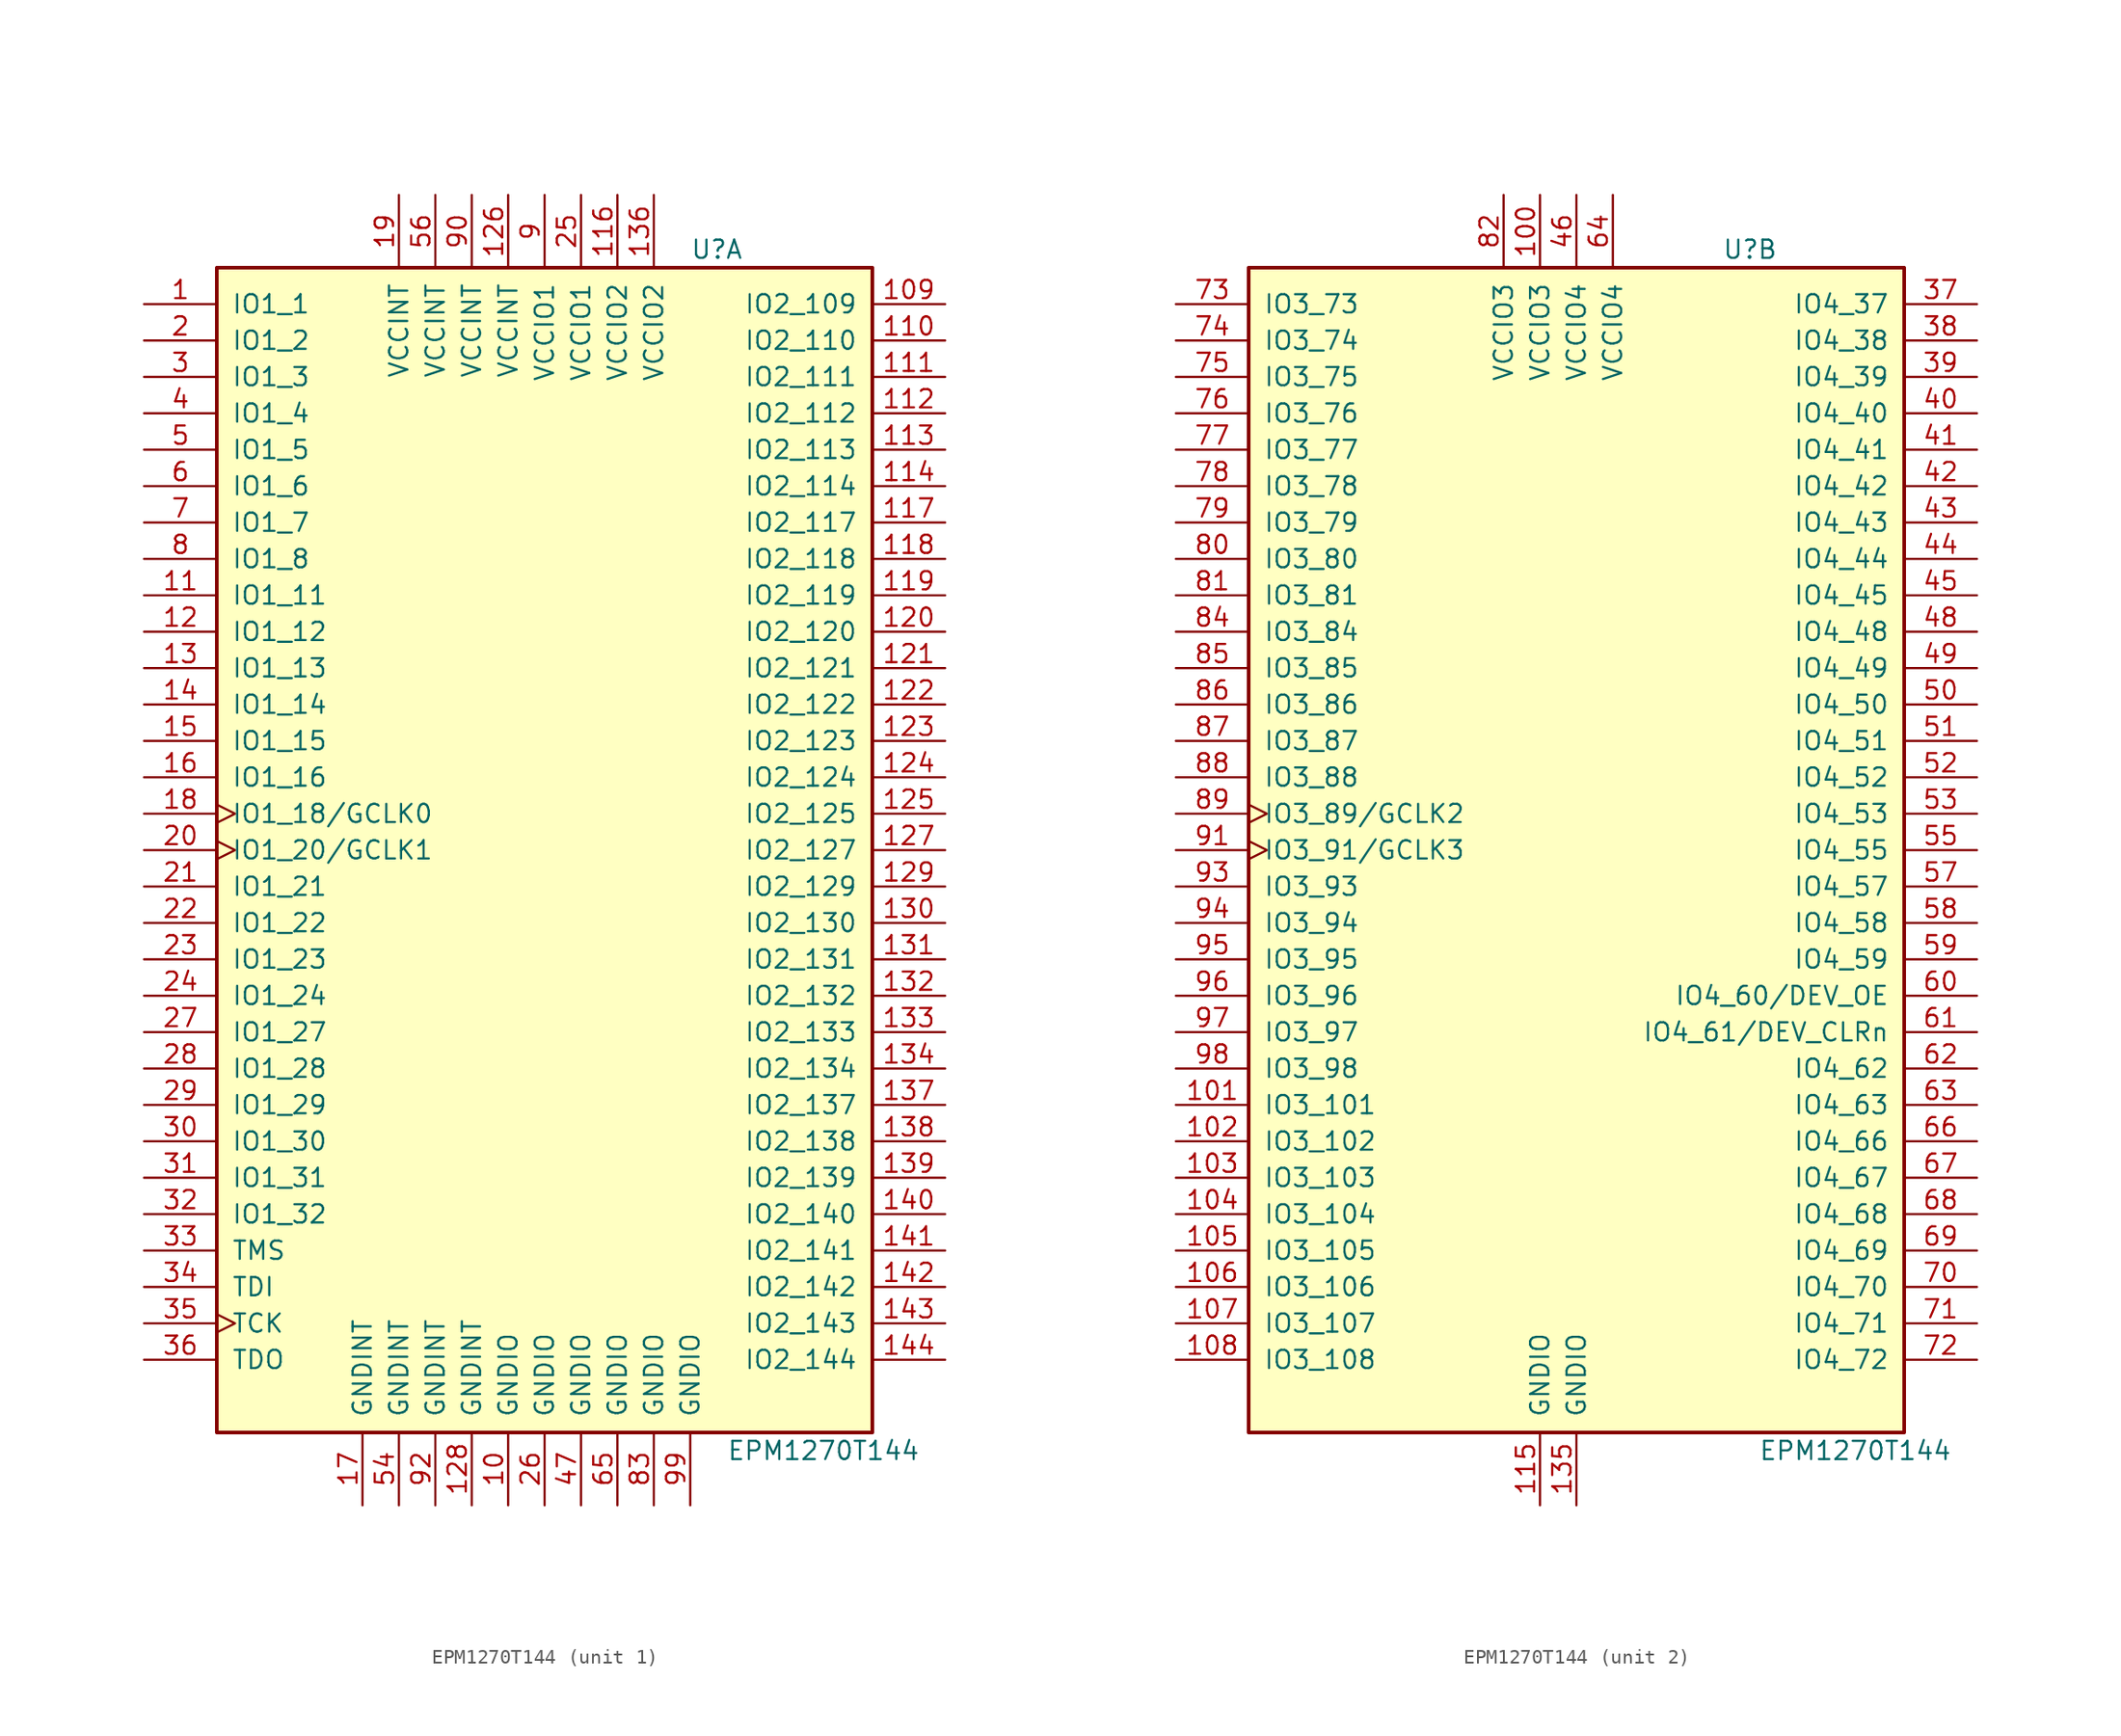
<source format=kicad_sym>
(kicad_symbol_lib
  (version 20231120)
  (generator "kicad_symbol_editor")
  (generator_version "8.0")
  (symbol "EPM1270T144"
    (pin_names
      (offset 1.016))
    (property "Reference" "U"
      (at 10.16 41.91 0)
      (effects (font (size 1.27 1.27)) (justify left)))
    (property "Value" "EPM1270T144"
      (at 12.7 -41.91 0)
      (effects (font (size 1.27 1.27)) (justify left)))
    (property "ki_locked" ""
      (at 0 0 0)
      (effects (font (size 1.27 1.27))))
    (symbol "EPM1270T144_1_1"
      (rectangle (start -22.86 40.64) (end 22.86 -40.64) (stroke (width 0.254) (type default)) (fill (type background)))
      (pin bidirectional line (at -27.94 38.1 0) (length 5.08) (name "IO1_1" (effects (font (size 1.27 1.27)))) (number "1" (effects (font (size 1.27 1.27)))))
      (pin power_in line (at -2.54 -45.72 90) (length 5.08) (name "GNDIO" (effects (font (size 1.27 1.27)))) (number "10" (effects (font (size 1.27 1.27)))))
      (pin bidirectional line (at 27.94 38.1 180) (length 5.08) (name "IO2_109" (effects (font (size 1.27 1.27)))) (number "109" (effects (font (size 1.27 1.27)))))
      (pin bidirectional line (at -27.94 17.78 0) (length 5.08) (name "IO1_11" (effects (font (size 1.27 1.27)))) (number "11" (effects (font (size 1.27 1.27)))))
      (pin bidirectional line (at 27.94 35.56 180) (length 5.08) (name "IO2_110" (effects (font (size 1.27 1.27)))) (number "110" (effects (font (size 1.27 1.27)))))
      (pin bidirectional line (at 27.94 33.02 180) (length 5.08) (name "IO2_111" (effects (font (size 1.27 1.27)))) (number "111" (effects (font (size 1.27 1.27)))))
      (pin bidirectional line (at 27.94 30.48 180) (length 5.08) (name "IO2_112" (effects (font (size 1.27 1.27)))) (number "112" (effects (font (size 1.27 1.27)))))
      (pin bidirectional line (at 27.94 27.94 180) (length 5.08) (name "IO2_113" (effects (font (size 1.27 1.27)))) (number "113" (effects (font (size 1.27 1.27)))))
      (pin bidirectional line (at 27.94 25.4 180) (length 5.08) (name "IO2_114" (effects (font (size 1.27 1.27)))) (number "114" (effects (font (size 1.27 1.27)))))
      (pin power_in line (at 5.08 45.72 270) (length 5.08) (name "VCCIO2" (effects (font (size 1.27 1.27)))) (number "116" (effects (font (size 1.27 1.27)))))
      (pin bidirectional line (at 27.94 22.86 180) (length 5.08) (name "IO2_117" (effects (font (size 1.27 1.27)))) (number "117" (effects (font (size 1.27 1.27)))))
      (pin bidirectional line (at 27.94 20.32 180) (length 5.08) (name "IO2_118" (effects (font (size 1.27 1.27)))) (number "118" (effects (font (size 1.27 1.27)))))
      (pin bidirectional line (at 27.94 17.78 180) (length 5.08) (name "IO2_119" (effects (font (size 1.27 1.27)))) (number "119" (effects (font (size 1.27 1.27)))))
      (pin bidirectional line (at -27.94 15.24 0) (length 5.08) (name "IO1_12" (effects (font (size 1.27 1.27)))) (number "12" (effects (font (size 1.27 1.27)))))
      (pin bidirectional line (at 27.94 15.24 180) (length 5.08) (name "IO2_120" (effects (font (size 1.27 1.27)))) (number "120" (effects (font (size 1.27 1.27)))))
      (pin bidirectional line (at 27.94 12.7 180) (length 5.08) (name "IO2_121" (effects (font (size 1.27 1.27)))) (number "121" (effects (font (size 1.27 1.27)))))
      (pin bidirectional line (at 27.94 10.16 180) (length 5.08) (name "IO2_122" (effects (font (size 1.27 1.27)))) (number "122" (effects (font (size 1.27 1.27)))))
      (pin bidirectional line (at 27.94 7.62 180) (length 5.08) (name "IO2_123" (effects (font (size 1.27 1.27)))) (number "123" (effects (font (size 1.27 1.27)))))
      (pin bidirectional line (at 27.94 5.08 180) (length 5.08) (name "IO2_124" (effects (font (size 1.27 1.27)))) (number "124" (effects (font (size 1.27 1.27)))))
      (pin bidirectional line (at 27.94 2.54 180) (length 5.08) (name "IO2_125" (effects (font (size 1.27 1.27)))) (number "125" (effects (font (size 1.27 1.27)))))
      (pin power_in line (at -2.54 45.72 270) (length 5.08) (name "VCCINT" (effects (font (size 1.27 1.27)))) (number "126" (effects (font (size 1.27 1.27)))))
      (pin bidirectional line (at 27.94 0 180) (length 5.08) (name "IO2_127" (effects (font (size 1.27 1.27)))) (number "127" (effects (font (size 1.27 1.27)))))
      (pin power_in line (at -5.08 -45.72 90) (length 5.08) (name "GNDINT" (effects (font (size 1.27 1.27)))) (number "128" (effects (font (size 1.27 1.27)))))
      (pin bidirectional line (at 27.94 -2.54 180) (length 5.08) (name "IO2_129" (effects (font (size 1.27 1.27)))) (number "129" (effects (font (size 1.27 1.27)))))
      (pin bidirectional line (at -27.94 12.7 0) (length 5.08) (name "IO1_13" (effects (font (size 1.27 1.27)))) (number "13" (effects (font (size 1.27 1.27)))))
      (pin bidirectional line (at 27.94 -5.08 180) (length 5.08) (name "IO2_130" (effects (font (size 1.27 1.27)))) (number "130" (effects (font (size 1.27 1.27)))))
      (pin bidirectional line (at 27.94 -7.62 180) (length 5.08) (name "IO2_131" (effects (font (size 1.27 1.27)))) (number "131" (effects (font (size 1.27 1.27)))))
      (pin bidirectional line (at 27.94 -10.16 180) (length 5.08) (name "IO2_132" (effects (font (size 1.27 1.27)))) (number "132" (effects (font (size 1.27 1.27)))))
      (pin bidirectional line (at 27.94 -12.7 180) (length 5.08) (name "IO2_133" (effects (font (size 1.27 1.27)))) (number "133" (effects (font (size 1.27 1.27)))))
      (pin bidirectional line (at 27.94 -15.24 180) (length 5.08) (name "IO2_134" (effects (font (size 1.27 1.27)))) (number "134" (effects (font (size 1.27 1.27)))))
      (pin power_in line (at 7.62 45.72 270) (length 5.08) (name "VCCIO2" (effects (font (size 1.27 1.27)))) (number "136" (effects (font (size 1.27 1.27)))))
      (pin bidirectional line (at 27.94 -17.78 180) (length 5.08) (name "IO2_137" (effects (font (size 1.27 1.27)))) (number "137" (effects (font (size 1.27 1.27)))))
      (pin bidirectional line (at 27.94 -20.32 180) (length 5.08) (name "IO2_138" (effects (font (size 1.27 1.27)))) (number "138" (effects (font (size 1.27 1.27)))))
      (pin bidirectional line (at 27.94 -22.86 180) (length 5.08) (name "IO2_139" (effects (font (size 1.27 1.27)))) (number "139" (effects (font (size 1.27 1.27)))))
      (pin bidirectional line (at -27.94 10.16 0) (length 5.08) (name "IO1_14" (effects (font (size 1.27 1.27)))) (number "14" (effects (font (size 1.27 1.27)))))
      (pin bidirectional line (at 27.94 -25.4 180) (length 5.08) (name "IO2_140" (effects (font (size 1.27 1.27)))) (number "140" (effects (font (size 1.27 1.27)))))
      (pin bidirectional line (at 27.94 -27.94 180) (length 5.08) (name "IO2_141" (effects (font (size 1.27 1.27)))) (number "141" (effects (font (size 1.27 1.27)))))
      (pin bidirectional line (at 27.94 -30.48 180) (length 5.08) (name "IO2_142" (effects (font (size 1.27 1.27)))) (number "142" (effects (font (size 1.27 1.27)))))
      (pin bidirectional line (at 27.94 -33.02 180) (length 5.08) (name "IO2_143" (effects (font (size 1.27 1.27)))) (number "143" (effects (font (size 1.27 1.27)))))
      (pin bidirectional line (at 27.94 -35.56 180) (length 5.08) (name "IO2_144" (effects (font (size 1.27 1.27)))) (number "144" (effects (font (size 1.27 1.27)))))
      (pin bidirectional line (at -27.94 7.62 0) (length 5.08) (name "IO1_15" (effects (font (size 1.27 1.27)))) (number "15" (effects (font (size 1.27 1.27)))))
      (pin bidirectional line (at -27.94 5.08 0) (length 5.08) (name "IO1_16" (effects (font (size 1.27 1.27)))) (number "16" (effects (font (size 1.27 1.27)))))
      (pin power_in line (at -12.7 -45.72 90) (length 5.08) (name "GNDINT" (effects (font (size 1.27 1.27)))) (number "17" (effects (font (size 1.27 1.27)))))
      (pin bidirectional clock (at -27.94 2.54 0) (length 5.08) (name "IO1_18/GCLK0" (effects (font (size 1.27 1.27)))) (number "18" (effects (font (size 1.27 1.27)))))
      (pin power_in line (at -10.16 45.72 270) (length 5.08) (name "VCCINT" (effects (font (size 1.27 1.27)))) (number "19" (effects (font (size 1.27 1.27)))))
      (pin bidirectional line (at -27.94 35.56 0) (length 5.08) (name "IO1_2" (effects (font (size 1.27 1.27)))) (number "2" (effects (font (size 1.27 1.27)))))
      (pin bidirectional clock (at -27.94 0 0) (length 5.08) (name "IO1_20/GCLK1" (effects (font (size 1.27 1.27)))) (number "20" (effects (font (size 1.27 1.27)))))
      (pin bidirectional line (at -27.94 -2.54 0) (length 5.08) (name "IO1_21" (effects (font (size 1.27 1.27)))) (number "21" (effects (font (size 1.27 1.27)))))
      (pin bidirectional line (at -27.94 -5.08 0) (length 5.08) (name "IO1_22" (effects (font (size 1.27 1.27)))) (number "22" (effects (font (size 1.27 1.27)))))
      (pin bidirectional line (at -27.94 -7.62 0) (length 5.08) (name "IO1_23" (effects (font (size 1.27 1.27)))) (number "23" (effects (font (size 1.27 1.27)))))
      (pin bidirectional line (at -27.94 -10.16 0) (length 5.08) (name "IO1_24" (effects (font (size 1.27 1.27)))) (number "24" (effects (font (size 1.27 1.27)))))
      (pin power_in line (at 2.54 45.72 270) (length 5.08) (name "VCCIO1" (effects (font (size 1.27 1.27)))) (number "25" (effects (font (size 1.27 1.27)))))
      (pin power_in line (at 0 -45.72 90) (length 5.08) (name "GNDIO" (effects (font (size 1.27 1.27)))) (number "26" (effects (font (size 1.27 1.27)))))
      (pin bidirectional line (at -27.94 -12.7 0) (length 5.08) (name "IO1_27" (effects (font (size 1.27 1.27)))) (number "27" (effects (font (size 1.27 1.27)))))
      (pin bidirectional line (at -27.94 -15.24 0) (length 5.08) (name "IO1_28" (effects (font (size 1.27 1.27)))) (number "28" (effects (font (size 1.27 1.27)))))
      (pin bidirectional line (at -27.94 -17.78 0) (length 5.08) (name "IO1_29" (effects (font (size 1.27 1.27)))) (number "29" (effects (font (size 1.27 1.27)))))
      (pin bidirectional line (at -27.94 33.02 0) (length 5.08) (name "IO1_3" (effects (font (size 1.27 1.27)))) (number "3" (effects (font (size 1.27 1.27)))))
      (pin bidirectional line (at -27.94 -20.32 0) (length 5.08) (name "IO1_30" (effects (font (size 1.27 1.27)))) (number "30" (effects (font (size 1.27 1.27)))))
      (pin bidirectional line (at -27.94 -22.86 0) (length 5.08) (name "IO1_31" (effects (font (size 1.27 1.27)))) (number "31" (effects (font (size 1.27 1.27)))))
      (pin bidirectional line (at -27.94 -25.4 0) (length 5.08) (name "IO1_32" (effects (font (size 1.27 1.27)))) (number "32" (effects (font (size 1.27 1.27)))))
      (pin input line (at -27.94 -27.94 0) (length 5.08) (name "TMS" (effects (font (size 1.27 1.27)))) (number "33" (effects (font (size 1.27 1.27)))))
      (pin input line (at -27.94 -30.48 0) (length 5.08) (name "TDI" (effects (font (size 1.27 1.27)))) (number "34" (effects (font (size 1.27 1.27)))))
      (pin input clock (at -27.94 -33.02 0) (length 5.08) (name "TCK" (effects (font (size 1.27 1.27)))) (number "35" (effects (font (size 1.27 1.27)))))
      (pin output line (at -27.94 -35.56 0) (length 5.08) (name "TDO" (effects (font (size 1.27 1.27)))) (number "36" (effects (font (size 1.27 1.27)))))
      (pin bidirectional line (at -27.94 30.48 0) (length 5.08) (name "IO1_4" (effects (font (size 1.27 1.27)))) (number "4" (effects (font (size 1.27 1.27)))))
      (pin power_in line (at 2.54 -45.72 90) (length 5.08) (name "GNDIO" (effects (font (size 1.27 1.27)))) (number "47" (effects (font (size 1.27 1.27)))))
      (pin bidirectional line (at -27.94 27.94 0) (length 5.08) (name "IO1_5" (effects (font (size 1.27 1.27)))) (number "5" (effects (font (size 1.27 1.27)))))
      (pin power_in line (at -10.16 -45.72 90) (length 5.08) (name "GNDINT" (effects (font (size 1.27 1.27)))) (number "54" (effects (font (size 1.27 1.27)))))
      (pin power_in line (at -7.62 45.72 270) (length 5.08) (name "VCCINT" (effects (font (size 1.27 1.27)))) (number "56" (effects (font (size 1.27 1.27)))))
      (pin bidirectional line (at -27.94 25.4 0) (length 5.08) (name "IO1_6" (effects (font (size 1.27 1.27)))) (number "6" (effects (font (size 1.27 1.27)))))
      (pin power_in line (at 5.08 -45.72 90) (length 5.08) (name "GNDIO" (effects (font (size 1.27 1.27)))) (number "65" (effects (font (size 1.27 1.27)))))
      (pin bidirectional line (at -27.94 22.86 0) (length 5.08) (name "IO1_7" (effects (font (size 1.27 1.27)))) (number "7" (effects (font (size 1.27 1.27)))))
      (pin bidirectional line (at -27.94 20.32 0) (length 5.08) (name "IO1_8" (effects (font (size 1.27 1.27)))) (number "8" (effects (font (size 1.27 1.27)))))
      (pin power_in line (at 7.62 -45.72 90) (length 5.08) (name "GNDIO" (effects (font (size 1.27 1.27)))) (number "83" (effects (font (size 1.27 1.27)))))
      (pin power_in line (at 0 45.72 270) (length 5.08) (name "VCCIO1" (effects (font (size 1.27 1.27)))) (number "9" (effects (font (size 1.27 1.27)))))
      (pin power_in line (at -5.08 45.72 270) (length 5.08) (name "VCCINT" (effects (font (size 1.27 1.27)))) (number "90" (effects (font (size 1.27 1.27)))))
      (pin power_in line (at -7.62 -45.72 90) (length 5.08) (name "GNDINT" (effects (font (size 1.27 1.27)))) (number "92" (effects (font (size 1.27 1.27)))))
      (pin power_in line (at 10.16 -45.72 90) (length 5.08) (name "GNDIO" (effects (font (size 1.27 1.27)))) (number "99" (effects (font (size 1.27 1.27))))))
    (symbol "EPM1270T144_2_1"
      (rectangle (start -22.86 40.64) (end 22.86 -40.64) (stroke (width 0.254) (type default)) (fill (type background)))
      (pin power_in line (at -2.54 45.72 270) (length 5.08) (name "VCCIO3" (effects (font (size 1.27 1.27)))) (number "100" (effects (font (size 1.27 1.27)))))
      (pin bidirectional line (at -27.94 -17.78 0) (length 5.08) (name "IO3_101" (effects (font (size 1.27 1.27)))) (number "101" (effects (font (size 1.27 1.27)))))
      (pin bidirectional line (at -27.94 -20.32 0) (length 5.08) (name "IO3_102" (effects (font (size 1.27 1.27)))) (number "102" (effects (font (size 1.27 1.27)))))
      (pin bidirectional line (at -27.94 -22.86 0) (length 5.08) (name "IO3_103" (effects (font (size 1.27 1.27)))) (number "103" (effects (font (size 1.27 1.27)))))
      (pin bidirectional line (at -27.94 -25.4 0) (length 5.08) (name "IO3_104" (effects (font (size 1.27 1.27)))) (number "104" (effects (font (size 1.27 1.27)))))
      (pin bidirectional line (at -27.94 -27.94 0) (length 5.08) (name "IO3_105" (effects (font (size 1.27 1.27)))) (number "105" (effects (font (size 1.27 1.27)))))
      (pin bidirectional line (at -27.94 -30.48 0) (length 5.08) (name "IO3_106" (effects (font (size 1.27 1.27)))) (number "106" (effects (font (size 1.27 1.27)))))
      (pin bidirectional line (at -27.94 -33.02 0) (length 5.08) (name "IO3_107" (effects (font (size 1.27 1.27)))) (number "107" (effects (font (size 1.27 1.27)))))
      (pin bidirectional line (at -27.94 -35.56 0) (length 5.08) (name "IO3_108" (effects (font (size 1.27 1.27)))) (number "108" (effects (font (size 1.27 1.27)))))
      (pin power_in line (at -2.54 -45.72 90) (length 5.08) (name "GNDIO" (effects (font (size 1.27 1.27)))) (number "115" (effects (font (size 1.27 1.27)))))
      (pin power_in line (at 0 -45.72 90) (length 5.08) (name "GNDIO" (effects (font (size 1.27 1.27)))) (number "135" (effects (font (size 1.27 1.27)))))
      (pin bidirectional line (at 27.94 38.1 180) (length 5.08) (name "IO4_37" (effects (font (size 1.27 1.27)))) (number "37" (effects (font (size 1.27 1.27)))))
      (pin bidirectional line (at 27.94 35.56 180) (length 5.08) (name "IO4_38" (effects (font (size 1.27 1.27)))) (number "38" (effects (font (size 1.27 1.27)))))
      (pin bidirectional line (at 27.94 33.02 180) (length 5.08) (name "IO4_39" (effects (font (size 1.27 1.27)))) (number "39" (effects (font (size 1.27 1.27)))))
      (pin bidirectional line (at 27.94 30.48 180) (length 5.08) (name "IO4_40" (effects (font (size 1.27 1.27)))) (number "40" (effects (font (size 1.27 1.27)))))
      (pin bidirectional line (at 27.94 27.94 180) (length 5.08) (name "IO4_41" (effects (font (size 1.27 1.27)))) (number "41" (effects (font (size 1.27 1.27)))))
      (pin bidirectional line (at 27.94 25.4 180) (length 5.08) (name "IO4_42" (effects (font (size 1.27 1.27)))) (number "42" (effects (font (size 1.27 1.27)))))
      (pin bidirectional line (at 27.94 22.86 180) (length 5.08) (name "IO4_43" (effects (font (size 1.27 1.27)))) (number "43" (effects (font (size 1.27 1.27)))))
      (pin bidirectional line (at 27.94 20.32 180) (length 5.08) (name "IO4_44" (effects (font (size 1.27 1.27)))) (number "44" (effects (font (size 1.27 1.27)))))
      (pin bidirectional line (at 27.94 17.78 180) (length 5.08) (name "IO4_45" (effects (font (size 1.27 1.27)))) (number "45" (effects (font (size 1.27 1.27)))))
      (pin power_in line (at 0 45.72 270) (length 5.08) (name "VCCIO4" (effects (font (size 1.27 1.27)))) (number "46" (effects (font (size 1.27 1.27)))))
      (pin bidirectional line (at 27.94 15.24 180) (length 5.08) (name "IO4_48" (effects (font (size 1.27 1.27)))) (number "48" (effects (font (size 1.27 1.27)))))
      (pin bidirectional line (at 27.94 12.7 180) (length 5.08) (name "IO4_49" (effects (font (size 1.27 1.27)))) (number "49" (effects (font (size 1.27 1.27)))))
      (pin bidirectional line (at 27.94 10.16 180) (length 5.08) (name "IO4_50" (effects (font (size 1.27 1.27)))) (number "50" (effects (font (size 1.27 1.27)))))
      (pin bidirectional line (at 27.94 7.62 180) (length 5.08) (name "IO4_51" (effects (font (size 1.27 1.27)))) (number "51" (effects (font (size 1.27 1.27)))))
      (pin bidirectional line (at 27.94 5.08 180) (length 5.08) (name "IO4_52" (effects (font (size 1.27 1.27)))) (number "52" (effects (font (size 1.27 1.27)))))
      (pin bidirectional line (at 27.94 2.54 180) (length 5.08) (name "IO4_53" (effects (font (size 1.27 1.27)))) (number "53" (effects (font (size 1.27 1.27)))))
      (pin bidirectional line (at 27.94 0 180) (length 5.08) (name "IO4_55" (effects (font (size 1.27 1.27)))) (number "55" (effects (font (size 1.27 1.27)))))
      (pin bidirectional line (at 27.94 -2.54 180) (length 5.08) (name "IO4_57" (effects (font (size 1.27 1.27)))) (number "57" (effects (font (size 1.27 1.27)))))
      (pin bidirectional line (at 27.94 -5.08 180) (length 5.08) (name "IO4_58" (effects (font (size 1.27 1.27)))) (number "58" (effects (font (size 1.27 1.27)))))
      (pin bidirectional line (at 27.94 -7.62 180) (length 5.08) (name "IO4_59" (effects (font (size 1.27 1.27)))) (number "59" (effects (font (size 1.27 1.27)))))
      (pin bidirectional line (at 27.94 -10.16 180) (length 5.08) (name "IO4_60/DEV_OE" (effects (font (size 1.27 1.27)))) (number "60" (effects (font (size 1.27 1.27)))))
      (pin bidirectional line (at 27.94 -12.7 180) (length 5.08) (name "IO4_61/DEV_CLRn" (effects (font (size 1.27 1.27)))) (number "61" (effects (font (size 1.27 1.27)))))
      (pin bidirectional line (at 27.94 -15.24 180) (length 5.08) (name "IO4_62" (effects (font (size 1.27 1.27)))) (number "62" (effects (font (size 1.27 1.27)))))
      (pin bidirectional line (at 27.94 -17.78 180) (length 5.08) (name "IO4_63" (effects (font (size 1.27 1.27)))) (number "63" (effects (font (size 1.27 1.27)))))
      (pin power_in line (at 2.54 45.72 270) (length 5.08) (name "VCCIO4" (effects (font (size 1.27 1.27)))) (number "64" (effects (font (size 1.27 1.27)))))
      (pin bidirectional line (at 27.94 -20.32 180) (length 5.08) (name "IO4_66" (effects (font (size 1.27 1.27)))) (number "66" (effects (font (size 1.27 1.27)))))
      (pin bidirectional line (at 27.94 -22.86 180) (length 5.08) (name "IO4_67" (effects (font (size 1.27 1.27)))) (number "67" (effects (font (size 1.27 1.27)))))
      (pin bidirectional line (at 27.94 -25.4 180) (length 5.08) (name "IO4_68" (effects (font (size 1.27 1.27)))) (number "68" (effects (font (size 1.27 1.27)))))
      (pin bidirectional line (at 27.94 -27.94 180) (length 5.08) (name "IO4_69" (effects (font (size 1.27 1.27)))) (number "69" (effects (font (size 1.27 1.27)))))
      (pin bidirectional line (at 27.94 -30.48 180) (length 5.08) (name "IO4_70" (effects (font (size 1.27 1.27)))) (number "70" (effects (font (size 1.27 1.27)))))
      (pin bidirectional line (at 27.94 -33.02 180) (length 5.08) (name "IO4_71" (effects (font (size 1.27 1.27)))) (number "71" (effects (font (size 1.27 1.27)))))
      (pin bidirectional line (at 27.94 -35.56 180) (length 5.08) (name "IO4_72" (effects (font (size 1.27 1.27)))) (number "72" (effects (font (size 1.27 1.27)))))
      (pin bidirectional line (at -27.94 38.1 0) (length 5.08) (name "IO3_73" (effects (font (size 1.27 1.27)))) (number "73" (effects (font (size 1.27 1.27)))))
      (pin bidirectional line (at -27.94 35.56 0) (length 5.08) (name "IO3_74" (effects (font (size 1.27 1.27)))) (number "74" (effects (font (size 1.27 1.27)))))
      (pin bidirectional line (at -27.94 33.02 0) (length 5.08) (name "IO3_75" (effects (font (size 1.27 1.27)))) (number "75" (effects (font (size 1.27 1.27)))))
      (pin bidirectional line (at -27.94 30.48 0) (length 5.08) (name "IO3_76" (effects (font (size 1.27 1.27)))) (number "76" (effects (font (size 1.27 1.27)))))
      (pin bidirectional line (at -27.94 27.94 0) (length 5.08) (name "IO3_77" (effects (font (size 1.27 1.27)))) (number "77" (effects (font (size 1.27 1.27)))))
      (pin bidirectional line (at -27.94 25.4 0) (length 5.08) (name "IO3_78" (effects (font (size 1.27 1.27)))) (number "78" (effects (font (size 1.27 1.27)))))
      (pin bidirectional line (at -27.94 22.86 0) (length 5.08) (name "IO3_79" (effects (font (size 1.27 1.27)))) (number "79" (effects (font (size 1.27 1.27)))))
      (pin bidirectional line (at -27.94 20.32 0) (length 5.08) (name "IO3_80" (effects (font (size 1.27 1.27)))) (number "80" (effects (font (size 1.27 1.27)))))
      (pin bidirectional line (at -27.94 17.78 0) (length 5.08) (name "IO3_81" (effects (font (size 1.27 1.27)))) (number "81" (effects (font (size 1.27 1.27)))))
      (pin power_in line (at -5.08 45.72 270) (length 5.08) (name "VCCIO3" (effects (font (size 1.27 1.27)))) (number "82" (effects (font (size 1.27 1.27)))))
      (pin bidirectional line (at -27.94 15.24 0) (length 5.08) (name "IO3_84" (effects (font (size 1.27 1.27)))) (number "84" (effects (font (size 1.27 1.27)))))
      (pin bidirectional line (at -27.94 12.7 0) (length 5.08) (name "IO3_85" (effects (font (size 1.27 1.27)))) (number "85" (effects (font (size 1.27 1.27)))))
      (pin bidirectional line (at -27.94 10.16 0) (length 5.08) (name "IO3_86" (effects (font (size 1.27 1.27)))) (number "86" (effects (font (size 1.27 1.27)))))
      (pin bidirectional line (at -27.94 7.62 0) (length 5.08) (name "IO3_87" (effects (font (size 1.27 1.27)))) (number "87" (effects (font (size 1.27 1.27)))))
      (pin bidirectional line (at -27.94 5.08 0) (length 5.08) (name "IO3_88" (effects (font (size 1.27 1.27)))) (number "88" (effects (font (size 1.27 1.27)))))
      (pin bidirectional clock (at -27.94 2.54 0) (length 5.08) (name "IO3_89/GCLK2" (effects (font (size 1.27 1.27)))) (number "89" (effects (font (size 1.27 1.27)))))
      (pin bidirectional clock (at -27.94 0 0) (length 5.08) (name "IO3_91/GCLK3" (effects (font (size 1.27 1.27)))) (number "91" (effects (font (size 1.27 1.27)))))
      (pin bidirectional line (at -27.94 -2.54 0) (length 5.08) (name "IO3_93" (effects (font (size 1.27 1.27)))) (number "93" (effects (font (size 1.27 1.27)))))
      (pin bidirectional line (at -27.94 -5.08 0) (length 5.08) (name "IO3_94" (effects (font (size 1.27 1.27)))) (number "94" (effects (font (size 1.27 1.27)))))
      (pin bidirectional line (at -27.94 -7.62 0) (length 5.08) (name "IO3_95" (effects (font (size 1.27 1.27)))) (number "95" (effects (font (size 1.27 1.27)))))
      (pin bidirectional line (at -27.94 -10.16 0) (length 5.08) (name "IO3_96" (effects (font (size 1.27 1.27)))) (number "96" (effects (font (size 1.27 1.27)))))
      (pin bidirectional line (at -27.94 -12.7 0) (length 5.08) (name "IO3_97" (effects (font (size 1.27 1.27)))) (number "97" (effects (font (size 1.27 1.27)))))
      (pin bidirectional line (at -27.94 -15.24 0) (length 5.08) (name "IO3_98" (effects (font (size 1.27 1.27)))) (number "98" (effects (font (size 1.27 1.27))))))))
</source>
